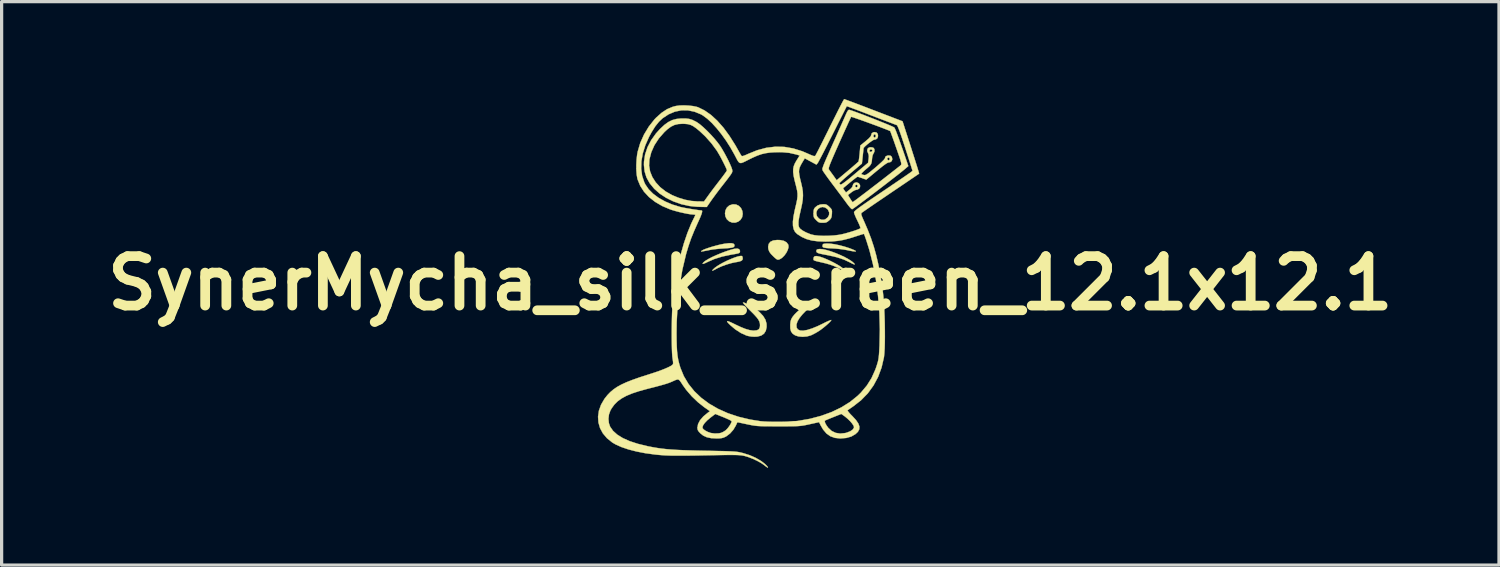
<source format=kicad_pcb>
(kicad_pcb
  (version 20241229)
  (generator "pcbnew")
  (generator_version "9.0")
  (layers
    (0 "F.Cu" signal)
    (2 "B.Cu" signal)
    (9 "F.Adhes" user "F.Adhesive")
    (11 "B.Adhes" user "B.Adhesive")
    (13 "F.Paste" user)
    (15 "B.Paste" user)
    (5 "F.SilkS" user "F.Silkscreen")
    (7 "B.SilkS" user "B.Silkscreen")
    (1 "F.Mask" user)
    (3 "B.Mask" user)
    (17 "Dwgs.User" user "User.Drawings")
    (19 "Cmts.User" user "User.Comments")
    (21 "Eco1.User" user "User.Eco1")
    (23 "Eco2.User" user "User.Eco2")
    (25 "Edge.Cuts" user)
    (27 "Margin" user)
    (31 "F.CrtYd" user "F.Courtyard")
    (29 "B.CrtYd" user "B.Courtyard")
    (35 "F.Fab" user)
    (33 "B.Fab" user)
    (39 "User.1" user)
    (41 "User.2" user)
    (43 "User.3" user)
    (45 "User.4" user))
  (footprint "SynerMycha_silk_screen_12.1x12.1"
    (layer "F.Cu")
    (at 20.073 5.678)
    (property "Reference" "SynerMycha_silk_screen_12.1x12.1" (at 0 0 0) (layer "F.SilkS") (effects (font (size 1.524 1.524) (thickness 0.3))))
    (attr through_hole)
    (fp_poly (pts (xy -0.441 -2.426) (xy -0.356 -2.386) (xy -0.288 -2.318) (xy -0.245 -2.226) (xy -0.233 -2.135) (xy -0.251 -2.035) (xy -0.301 -1.954) (xy -0.375 -1.896) (xy -0.464 -1.866) (xy -0.561 -1.869) (xy -0.652 -1.906) (xy -0.724 -1.972) (xy -0.767 -2.058) (xy -0.78 -2.153) (xy -0.764 -2.248) (xy -0.72 -2.332) (xy -0.647 -2.396) (xy -0.637 -2.401) (xy -0.537 -2.432) (xy -0.441 -2.426)) (stroke (width 0.01) (type solid)) (fill yes) (layer "F.SilkS"))
    (fp_poly (pts (xy 0.923 -1.329) (xy 1.036 -1.305) (xy 1.12 -1.257) (xy 1.17 -1.187) (xy 1.173 -1.18) (xy 1.178 -1.11) (xy 1.155 -1.026) (xy 1.11 -0.936) (xy 1.049 -0.852) (xy 0.978 -0.782) (xy 0.929 -0.75) (xy 0.883 -0.729) (xy 0.847 -0.724) (xy 0.81 -0.74) (xy 0.761 -0.779) (xy 0.717 -0.82) (xy 0.634 -0.904) (xy 0.583 -0.977) (xy 0.557 -1.05) (xy 0.55 -1.122) (xy 0.568 -1.211) (xy 0.619 -1.276) (xy 0.705 -1.317) (xy 0.825 -1.332) (xy 0.923 -1.329)) (stroke (width 0.01) (type solid)) (fill yes) (layer "F.SilkS"))
    (fp_poly (pts (xy -0.346 -1.05) (xy -0.319 -1.005) (xy -0.318 -0.985) (xy -0.319 -0.961) (xy -0.328 -0.943) (xy -0.35 -0.928) (xy -0.392 -0.915) (xy -0.462 -0.901) (xy -0.564 -0.884) (xy -0.603 -0.877) (xy -0.864 -0.822) (xy -1.104 -0.747) (xy -1.296 -0.664) (xy -1.388 -0.62) (xy -1.445 -0.598) (xy -1.469 -0.599) (xy -1.461 -0.621) (xy -1.439 -0.646) (xy -1.382 -0.691) (xy -1.293 -0.745) (xy -1.178 -0.805) (xy -1.046 -0.865) (xy -0.904 -0.924) (xy -0.761 -0.978) (xy -0.624 -1.024) (xy -0.5 -1.058) (xy -0.491 -1.06) (xy -0.404 -1.068) (xy -0.346 -1.05)) (stroke (width 0.01) (type solid)) (fill yes) (layer "F.SilkS"))
    (fp_poly (pts (xy -0.261 -0.839) (xy -0.254 -0.836) (xy -0.239 -0.807) (xy -0.233 -0.762) (xy -0.241 -0.724) (xy -0.268 -0.695) (xy -0.321 -0.673) (xy -0.407 -0.654) (xy -0.466 -0.645) (xy -0.589 -0.618) (xy -0.731 -0.576) (xy -0.872 -0.525) (xy -0.996 -0.47) (xy -1.029 -0.453) (xy -1.112 -0.408) (xy -1.16 -0.388) (xy -1.174 -0.39) (xy -1.155 -0.417) (xy -1.102 -0.467) (xy -1.101 -0.468) (xy -1.03 -0.521) (xy -0.938 -0.579) (xy -0.83 -0.638) (xy -0.714 -0.695) (xy -0.597 -0.746) (xy -0.486 -0.79) (xy -0.388 -0.822) (xy -0.311 -0.839) (xy -0.261 -0.839)) (stroke (width 0.01) (type solid)) (fill yes) (layer "F.SilkS"))
    (fp_poly (pts (xy 2.468 -1.219) (xy 2.596 -1.201) (xy 2.743 -1.17) (xy 2.896 -1.13) (xy 3.046 -1.082) (xy 3.09 -1.066) (xy 3.186 -1.027) (xy 3.241 -1) (xy 3.256 -0.983) (xy 3.232 -0.978) (xy 3.169 -0.984) (xy 3.068 -1.001) (xy 2.985 -1.019) (xy 2.88 -1.037) (xy 2.754 -1.054) (xy 2.629 -1.067) (xy 2.582 -1.07) (xy 2.45 -1.077) (xy 2.355 -1.084) (xy 2.291 -1.093) (xy 2.251 -1.103) (xy 2.232 -1.118) (xy 2.225 -1.138) (xy 2.227 -1.16) (xy 2.233 -1.191) (xy 2.249 -1.209) (xy 2.286 -1.218) (xy 2.353 -1.223) (xy 2.368 -1.223) (xy 2.468 -1.219)) (stroke (width 0.01) (type solid)) (fill yes) (layer "F.SilkS"))
    (fp_poly (pts (xy -0.519 -1.219) (xy -0.491 -1.19) (xy -0.487 -1.165) (xy -0.492 -1.136) (xy -0.513 -1.114) (xy -0.555 -1.098) (xy -0.623 -1.087) (xy -0.723 -1.077) (xy -0.826 -1.071) (xy -0.945 -1.063) (xy -1.065 -1.051) (xy -1.171 -1.038) (xy -1.238 -1.026) (xy -1.325 -1.008) (xy -1.406 -0.993) (xy -1.46 -0.983) (xy -1.507 -0.977) (xy -1.518 -0.981) (xy -1.498 -1) (xy -1.497 -1.002) (xy -1.45 -1.028) (xy -1.372 -1.06) (xy -1.27 -1.095) (xy -1.155 -1.131) (xy -1.034 -1.164) (xy -0.917 -1.193) (xy -0.814 -1.213) (xy -0.794 -1.217) (xy -0.667 -1.232) (xy -0.577 -1.233) (xy -0.519 -1.219)) (stroke (width 0.01) (type solid)) (fill yes) (layer "F.SilkS"))
    (fp_poly (pts (xy 2.229 -1.048) (xy 2.345 -1.023) (xy 2.48 -0.983) (xy 2.625 -0.93) (xy 2.772 -0.869) (xy 2.912 -0.803) (xy 3.036 -0.734) (xy 3.136 -0.668) (xy 3.164 -0.645) (xy 3.21 -0.601) (xy 3.221 -0.58) (xy 3.198 -0.58) (xy 3.144 -0.602) (xy 3.06 -0.646) (xy 3.059 -0.647) (xy 2.88 -0.73) (xy 2.666 -0.8) (xy 2.415 -0.858) (xy 2.358 -0.869) (xy 2.232 -0.893) (xy 2.143 -0.912) (xy 2.084 -0.931) (xy 2.051 -0.95) (xy 2.036 -0.973) (xy 2.036 -1.002) (xy 2.036 -1.002) (xy 2.047 -1.031) (xy 2.077 -1.046) (xy 2.137 -1.054) (xy 2.14 -1.054) (xy 2.229 -1.048)) (stroke (width 0.01) (type solid)) (fill yes) (layer "F.SilkS"))
    (fp_poly (pts (xy 2.142 -0.817) (xy 2.144 -0.817) (xy 2.237 -0.786) (xy 2.343 -0.743) (xy 2.456 -0.692) (xy 2.567 -0.637) (xy 2.671 -0.58) (xy 2.761 -0.526) (xy 2.83 -0.478) (xy 2.87 -0.44) (xy 2.879 -0.423) (xy 2.876 -0.41) (xy 2.863 -0.406) (xy 2.834 -0.415) (xy 2.782 -0.438) (xy 2.699 -0.477) (xy 2.678 -0.488) (xy 2.575 -0.531) (xy 2.452 -0.575) (xy 2.334 -0.609) (xy 2.307 -0.616) (xy 2.177 -0.646) (xy 2.083 -0.668) (xy 2.019 -0.684) (xy 1.979 -0.698) (xy 1.957 -0.709) (xy 1.949 -0.721) (xy 1.947 -0.737) (xy 1.947 -0.75) (xy 1.957 -0.804) (xy 1.99 -0.833) (xy 2.05 -0.836) (xy 2.142 -0.817)) (stroke (width 0.01) (type solid)) (fill yes) (layer "F.SilkS"))
    (fp_poly (pts (xy -0.173 0.605) (xy -0.099 0.637) (xy -0.01 0.685) (xy 0.085 0.743) (xy 0.177 0.805) (xy 0.256 0.866) (xy 0.287 0.893) (xy 0.397 1.012) (xy 0.468 1.129) (xy 0.501 1.249) (xy 0.503 1.349) (xy 0.478 1.467) (xy 0.422 1.555) (xy 0.336 1.614) (xy 0.219 1.645) (xy 0.127 1.65) (xy 0.033 1.644) (xy -0.064 1.627) (xy -0.119 1.612) (xy -0.291 1.534) (xy -0.466 1.42) (xy -0.611 1.297) (xy -0.677 1.232) (xy -0.712 1.19) (xy -0.714 1.17) (xy -0.683 1.172) (xy -0.618 1.197) (xy -0.518 1.244) (xy -0.468 1.269) (xy -0.294 1.351) (xy -0.148 1.409) (xy -0.024 1.445) (xy 0.083 1.46) (xy 0.112 1.46) (xy 0.205 1.451) (xy 0.264 1.419) (xy 0.294 1.361) (xy 0.3 1.294) (xy 0.295 1.234) (xy 0.278 1.177) (xy 0.246 1.117) (xy 0.194 1.049) (xy 0.119 0.966) (xy 0.016 0.862) (xy -0.016 0.831) (xy -0.106 0.74) (xy -0.173 0.669) (xy -0.214 0.62) (xy -0.227 0.595) (xy -0.223 0.593) (xy -0.173 0.605)) (stroke (width 0.01) (type solid)) (fill yes) (layer "F.SilkS"))
    (fp_poly (pts (xy 2.319 -2.43) (xy 2.366 -2.412) (xy 2.415 -2.373) (xy 2.439 -2.349) (xy 2.486 -2.301) (xy 2.51 -2.263) (xy 2.518 -2.22) (xy 2.516 -2.154) (xy 2.515 -2.135) (xy 2.506 -2.058) (xy 2.491 -2.008) (xy 2.462 -1.967) (xy 2.428 -1.934) (xy 2.376 -1.892) (xy 2.33 -1.87) (xy 2.268 -1.863) (xy 2.231 -1.863) (xy 2.159 -1.865) (xy 2.11 -1.878) (xy 2.066 -1.91) (xy 2.03 -1.945) (xy 1.983 -1.995) (xy 1.958 -2.036) (xy 1.949 -2.087) (xy 1.947 -2.153) (xy 1.948 -2.158) (xy 2.034 -2.158) (xy 2.051 -2.077) (xy 2.062 -2.055) (xy 2.119 -1.99) (xy 2.194 -1.955) (xy 2.275 -1.957) (xy 2.314 -1.971) (xy 2.387 -2.028) (xy 2.427 -2.101) (xy 2.431 -2.181) (xy 2.397 -2.259) (xy 2.372 -2.288) (xy 2.3 -2.336) (xy 2.225 -2.349) (xy 2.153 -2.332) (xy 2.093 -2.291) (xy 2.05 -2.231) (xy 2.034 -2.158) (xy 1.948 -2.158) (xy 1.951 -2.232) (xy 1.963 -2.284) (xy 1.99 -2.326) (xy 1.999 -2.336) (xy 2.073 -2.395) (xy 2.161 -2.426) (xy 2.258 -2.434) (xy 2.319 -2.43)) (stroke (width 0.01) (type solid)) (fill yes) (layer "F.SilkS"))
    (fp_poly (pts (xy 1.986 0.584) (xy 1.959 0.618) (xy 1.91 0.667) (xy 1.882 0.692) (xy 1.725 0.838) (xy 1.603 0.965) (xy 1.513 1.077) (xy 1.455 1.175) (xy 1.426 1.263) (xy 1.423 1.281) (xy 1.428 1.367) (xy 1.465 1.425) (xy 1.532 1.457) (xy 1.629 1.463) (xy 1.755 1.441) (xy 1.907 1.393) (xy 2.087 1.318) (xy 2.231 1.249) (xy 2.324 1.202) (xy 2.404 1.166) (xy 2.463 1.142) (xy 2.493 1.133) (xy 2.495 1.134) (xy 2.488 1.155) (xy 2.453 1.195) (xy 2.398 1.248) (xy 2.328 1.31) (xy 2.251 1.373) (xy 2.173 1.433) (xy 2.114 1.473) (xy 2.029 1.525) (xy 1.939 1.573) (xy 1.865 1.608) (xy 1.865 1.608) (xy 1.744 1.641) (xy 1.613 1.652) (xy 1.488 1.641) (xy 1.384 1.608) (xy 1.306 1.556) (xy 1.256 1.488) (xy 1.233 1.397) (xy 1.231 1.279) (xy 1.239 1.19) (xy 1.256 1.125) (xy 1.287 1.064) (xy 1.309 1.031) (xy 1.364 0.963) (xy 1.437 0.889) (xy 1.499 0.834) (xy 1.568 0.785) (xy 1.653 0.731) (xy 1.745 0.678) (xy 1.835 0.631) (xy 1.912 0.594) (xy 1.969 0.574) (xy 1.985 0.572) (xy 1.986 0.584)) (stroke (width 0.01) (type solid)) (fill yes) (layer "F.SilkS"))
    (fp_poly (pts (xy -1.886 -5.064) (xy -1.786 -5.033) (xy -1.68 -4.981) (xy -1.64 -4.958) (xy -1.554 -4.897) (xy -1.451 -4.809) (xy -1.337 -4.702) (xy -1.221 -4.583) (xy -1.109 -4.459) (xy -1.009 -4.338) (xy -0.934 -4.237) (xy -0.873 -4.142) (xy -0.808 -4.029) (xy -0.742 -3.907) (xy -0.679 -3.785) (xy -0.626 -3.672) (xy -0.584 -3.575) (xy -0.56 -3.504) (xy -0.558 -3.494) (xy -0.554 -3.468) (xy -0.554 -3.444) (xy -0.562 -3.416) (xy -0.581 -3.38) (xy -0.613 -3.332) (xy -0.661 -3.266) (xy -0.729 -3.177) (xy -0.819 -3.061) (xy -0.849 -3.023) (xy -0.937 -2.909) (xy -1.027 -2.791) (xy -1.111 -2.677) (xy -1.181 -2.581) (xy -1.211 -2.538) (xy -1.342 -2.349) (xy -1.523 -2.352) (xy -1.638 -2.356) (xy -1.767 -2.367) (xy -1.882 -2.381) (xy -1.884 -2.382) (xy -2.129 -2.436) (xy -2.368 -2.52) (xy -2.591 -2.63) (xy -2.791 -2.761) (xy -2.959 -2.909) (xy -2.963 -2.914) (xy -3.101 -3.082) (xy -3.199 -3.258) (xy -3.257 -3.445) (xy -3.276 -3.623) (xy -3.119 -3.623) (xy -3.088 -3.443) (xy -3.019 -3.271) (xy -2.915 -3.109) (xy -2.778 -2.96) (xy -2.61 -2.828) (xy -2.413 -2.716) (xy -2.223 -2.637) (xy -2.015 -2.573) (xy -1.824 -2.536) (xy -1.633 -2.521) (xy -1.607 -2.521) (xy -1.426 -2.519) (xy -1.301 -2.693) (xy -1.244 -2.772) (xy -1.169 -2.873) (xy -1.083 -2.986) (xy -0.995 -3.101) (xy -0.948 -3.162) (xy -0.874 -3.258) (xy -0.81 -3.344) (xy -0.76 -3.413) (xy -0.729 -3.459) (xy -0.72 -3.476) (xy -0.729 -3.51) (xy -0.756 -3.572) (xy -0.796 -3.655) (xy -0.844 -3.751) (xy -0.896 -3.851) (xy -0.949 -3.948) (xy -0.999 -4.033) (xy -1.031 -4.085) (xy -1.197 -4.311) (xy -1.388 -4.525) (xy -1.561 -4.688) (xy -1.669 -4.777) (xy -1.758 -4.839) (xy -1.839 -4.879) (xy -1.921 -4.902) (xy -2.017 -4.911) (xy -2.086 -4.913) (xy -2.222 -4.905) (xy -2.338 -4.877) (xy -2.446 -4.824) (xy -2.555 -4.743) (xy -2.646 -4.659) (xy -2.818 -4.463) (xy -2.955 -4.253) (xy -3.052 -4.035) (xy -3.11 -3.81) (xy -3.11 -3.808) (xy -3.119 -3.623) (xy -3.276 -3.623) (xy -3.278 -3.648) (xy -3.276 -3.744) (xy -3.242 -3.968) (xy -3.168 -4.19) (xy -3.055 -4.408) (xy -2.906 -4.616) (xy -2.783 -4.752) (xy -2.651 -4.876) (xy -2.528 -4.966) (xy -2.405 -5.027) (xy -2.274 -5.062) (xy -2.129 -5.077) (xy -1.995 -5.077) (xy -1.886 -5.064)) (stroke (width 0.01) (type solid)) (fill yes) (layer "F.SilkS"))
    (fp_poly (pts (xy 3.058 -5.342) (xy 3.125 -5.32) (xy 3.219 -5.287) (xy 3.335 -5.244) (xy 3.467 -5.195) (xy 3.609 -5.14) (xy 3.755 -5.083) (xy 3.901 -5.026) (xy 4.04 -4.97) (xy 4.167 -4.919) (xy 4.276 -4.874) (xy 4.361 -4.837) (xy 4.417 -4.811) (xy 4.438 -4.799) (xy 4.456 -4.767) (xy 4.486 -4.697) (xy 4.527 -4.59) (xy 4.579 -4.45) (xy 4.641 -4.276) (xy 4.712 -4.073) (xy 4.766 -3.916) (xy 4.87 -3.609) (xy 4.79 -3.54) (xy 4.729 -3.489) (xy 4.642 -3.419) (xy 4.534 -3.333) (xy 4.407 -3.235) (xy 4.268 -3.127) (xy 4.12 -3.012) (xy 3.968 -2.896) (xy 3.816 -2.78) (xy 3.668 -2.668) (xy 3.53 -2.564) (xy 3.406 -2.471) (xy 3.299 -2.392) (xy 3.215 -2.331) (xy 3.157 -2.291) (xy 3.141 -2.28) (xy 3.119 -2.29) (xy 3.077 -2.331) (xy 3.022 -2.397) (xy 2.982 -2.45) (xy 2.928 -2.524) (xy 2.854 -2.623) (xy 2.768 -2.739) (xy 2.674 -2.864) (xy 2.58 -2.99) (xy 2.557 -3.02) (xy 2.471 -3.135) (xy 2.393 -3.241) (xy 2.326 -3.334) (xy 2.274 -3.408) (xy 2.242 -3.456) (xy 2.235 -3.468) (xy 2.227 -3.485) (xy 2.223 -3.503) (xy 2.224 -3.525) (xy 2.415 -3.525) (xy 2.419 -3.511) (xy 2.443 -3.478) (xy 2.484 -3.421) (xy 2.535 -3.351) (xy 2.554 -3.325) (xy 2.662 -3.173) (xy 2.992 -3.45) (xy 3.093 -3.535) (xy 3.182 -3.612) (xy 3.256 -3.676) (xy 3.308 -3.723) (xy 3.334 -3.747) (xy 3.336 -3.749) (xy 3.343 -3.778) (xy 3.352 -3.84) (xy 3.362 -3.925) (xy 3.371 -4.008) (xy 3.392 -4.244) (xy 3.559 -4.38) (xy 3.651 -4.46) (xy 3.706 -4.52) (xy 3.717 -4.543) (xy 3.794 -4.543) (xy 3.803 -4.506) (xy 3.83 -4.487) (xy 3.831 -4.487) (xy 3.857 -4.504) (xy 3.866 -4.521) (xy 3.867 -4.56) (xy 3.846 -4.585) (xy 3.816 -4.584) (xy 3.807 -4.578) (xy 3.794 -4.543) (xy 3.717 -4.543) (xy 3.725 -4.56) (xy 3.725 -4.561) (xy 3.743 -4.62) (xy 3.791 -4.652) (xy 3.831 -4.657) (xy 3.894 -4.643) (xy 3.928 -4.599) (xy 3.937 -4.537) (xy 3.92 -4.471) (xy 3.872 -4.433) (xy 3.819 -4.424) (xy 3.787 -4.411) (xy 3.735 -4.377) (xy 3.671 -4.331) (xy 3.605 -4.278) (xy 3.547 -4.227) (xy 3.506 -4.186) (xy 3.491 -4.162) (xy 3.488 -4.132) (xy 3.481 -4.07) (xy 3.472 -3.985) (xy 3.464 -3.912) (xy 3.44 -3.686) (xy 3.091 -3.393) (xy 2.989 -3.306) (xy 2.898 -3.227) (xy 2.825 -3.161) (xy 2.773 -3.112) (xy 2.747 -3.084) (xy 2.745 -3.08) (xy 2.762 -3.053) (xy 2.777 -3.04) (xy 2.795 -3.041) (xy 2.829 -3.058) (xy 2.882 -3.094) (xy 2.957 -3.15) (xy 3.056 -3.23) (xy 3.183 -3.336) (xy 3.219 -3.366) (xy 3.63 -3.711) (xy 3.646 -3.829) (xy 3.653 -3.911) (xy 3.645 -3.97) (xy 3.626 -4.015) (xy 3.609 -4.07) (xy 3.673 -4.07) (xy 3.676 -4.059) (xy 3.704 -4.046) (xy 3.741 -4.056) (xy 3.762 -4.08) (xy 3.756 -4.108) (xy 3.726 -4.122) (xy 3.693 -4.116) (xy 3.682 -4.105) (xy 3.673 -4.07) (xy 3.609 -4.07) (xy 3.603 -4.088) (xy 3.615 -4.146) (xy 3.658 -4.182) (xy 3.71 -4.191) (xy 3.766 -4.184) (xy 3.805 -4.166) (xy 3.806 -4.166) (xy 3.828 -4.117) (xy 3.825 -4.055) (xy 3.798 -3.999) (xy 3.796 -3.997) (xy 3.774 -3.953) (xy 3.757 -3.884) (xy 3.753 -3.847) (xy 3.745 -3.761) (xy 3.732 -3.698) (xy 3.707 -3.649) (xy 3.665 -3.6) (xy 3.599 -3.542) (xy 3.565 -3.514) (xy 3.499 -3.456) (xy 3.45 -3.407) (xy 3.424 -3.374) (xy 3.423 -3.363) (xy 3.455 -3.347) (xy 3.504 -3.333) (xy 3.529 -3.332) (xy 3.558 -3.339) (xy 3.594 -3.358) (xy 3.644 -3.392) (xy 3.713 -3.446) (xy 3.806 -3.523) (xy 3.858 -3.566) (xy 3.961 -3.656) (xy 4.046 -3.733) (xy 4.108 -3.794) (xy 4.127 -3.817) (xy 4.22 -3.817) (xy 4.248 -3.792) (xy 4.266 -3.789) (xy 4.291 -3.806) (xy 4.297 -3.831) (xy 4.282 -3.865) (xy 4.25 -3.873) (xy 4.223 -3.852) (xy 4.22 -3.817) (xy 4.127 -3.817) (xy 4.142 -3.835) (xy 4.149 -3.849) (xy 4.166 -3.902) (xy 4.218 -3.931) (xy 4.27 -3.937) (xy 4.326 -3.928) (xy 4.358 -3.896) (xy 4.364 -3.884) (xy 4.377 -3.818) (xy 4.357 -3.763) (xy 4.311 -3.73) (xy 4.278 -3.725) (xy 4.248 -3.719) (xy 4.207 -3.698) (xy 4.149 -3.66) (xy 4.071 -3.601) (xy 3.968 -3.518) (xy 3.895 -3.459) (xy 3.574 -3.192) (xy 3.452 -3.236) (xy 3.383 -3.26) (xy 3.33 -3.276) (xy 3.307 -3.281) (xy 3.282 -3.268) (xy 3.233 -3.233) (xy 3.165 -3.18) (xy 3.086 -3.116) (xy 3.076 -3.108) (xy 2.997 -3.042) (xy 2.931 -2.987) (xy 2.884 -2.948) (xy 2.862 -2.93) (xy 2.861 -2.93) (xy 2.867 -2.911) (xy 2.893 -2.872) (xy 2.901 -2.86) (xy 2.949 -2.796) (xy 3.05 -2.874) (xy 3.107 -2.924) (xy 3.144 -2.969) (xy 3.153 -2.993) (xy 3.154 -2.996) (xy 3.228 -2.996) (xy 3.241 -2.971) (xy 3.27 -2.953) (xy 3.294 -2.966) (xy 3.312 -2.995) (xy 3.299 -3.019) (xy 3.271 -3.037) (xy 3.246 -3.024) (xy 3.228 -2.996) (xy 3.154 -2.996) (xy 3.172 -3.055) (xy 3.217 -3.095) (xy 3.276 -3.107) (xy 3.335 -3.086) (xy 3.348 -3.076) (xy 3.382 -3.023) (xy 3.382 -2.964) (xy 3.353 -2.914) (xy 3.3 -2.883) (xy 3.266 -2.879) (xy 3.22 -2.865) (xy 3.157 -2.831) (xy 3.112 -2.798) (xy 3.01 -2.718) (xy 3.077 -2.608) (xy 3.114 -2.55) (xy 3.143 -2.51) (xy 3.156 -2.498) (xy 3.175 -2.51) (xy 3.224 -2.546) (xy 3.3 -2.602) (xy 3.398 -2.677) (xy 3.516 -2.766) (xy 3.65 -2.868) (xy 3.796 -2.981) (xy 3.887 -3.05) (xy 4.04 -3.168) (xy 4.183 -3.279) (xy 4.314 -3.381) (xy 4.427 -3.469) (xy 4.52 -3.542) (xy 4.589 -3.596) (xy 4.63 -3.629) (xy 4.639 -3.637) (xy 4.649 -3.651) (xy 4.653 -3.669) (xy 4.652 -3.698) (xy 4.642 -3.742) (xy 4.624 -3.805) (xy 4.595 -3.894) (xy 4.554 -4.012) (xy 4.501 -4.165) (xy 4.496 -4.178) (xy 4.448 -4.316) (xy 4.404 -4.44) (xy 4.366 -4.544) (xy 4.337 -4.624) (xy 4.319 -4.673) (xy 4.313 -4.688) (xy 4.281 -4.703) (xy 4.217 -4.729) (xy 4.127 -4.764) (xy 4.017 -4.806) (xy 3.893 -4.853) (xy 3.761 -4.901) (xy 3.626 -4.951) (xy 3.496 -4.998) (xy 3.375 -5.041) (xy 3.27 -5.077) (xy 3.187 -5.106) (xy 3.131 -5.123) (xy 3.109 -5.128) (xy 3.109 -5.128) (xy 3.097 -5.106) (xy 3.07 -5.049) (xy 3.029 -4.962) (xy 2.978 -4.849) (xy 2.916 -4.713) (xy 2.847 -4.56) (xy 2.772 -4.394) (xy 2.743 -4.329) (xy 2.654 -4.129) (xy 2.582 -3.965) (xy 2.525 -3.832) (xy 2.481 -3.728) (xy 2.449 -3.648) (xy 2.429 -3.59) (xy 2.418 -3.55) (xy 2.415 -3.525) (xy 2.224 -3.525) (xy 2.224 -3.526) (xy 2.231 -3.559) (xy 2.246 -3.605) (xy 2.27 -3.668) (xy 2.305 -3.752) (xy 2.352 -3.861) (xy 2.413 -3.999) (xy 2.488 -4.17) (xy 2.532 -4.268) (xy 2.61 -4.441) (xy 2.685 -4.61) (xy 2.755 -4.768) (xy 2.818 -4.91) (xy 2.871 -5.029) (xy 2.912 -5.122) (xy 2.938 -5.181) (xy 2.976 -5.264) (xy 3.004 -5.315) (xy 3.026 -5.339) (xy 3.047 -5.344) (xy 3.058 -5.342)) (stroke (width 0.01) (type solid)) (fill yes) (layer "F.SilkS"))
    (fp_poly (pts (xy 2.916 -5.665) (xy 2.974 -5.644) (xy 3.064 -5.611) (xy 3.181 -5.567) (xy 3.321 -5.514) (xy 3.481 -5.454) (xy 3.655 -5.387) (xy 3.801 -5.331) (xy 4.692 -4.99) (xy 4.951 -4.186) (xy 5.007 -4.01) (xy 5.059 -3.848) (xy 5.105 -3.702) (xy 5.144 -3.578) (xy 5.174 -3.48) (xy 5.194 -3.413) (xy 5.203 -3.379) (xy 5.203 -3.377) (xy 5.185 -3.364) (xy 5.135 -3.33) (xy 5.056 -3.277) (xy 4.953 -3.207) (xy 4.828 -3.122) (xy 4.685 -3.025) (xy 4.527 -2.918) (xy 4.358 -2.804) (xy 4.329 -2.784) (xy 4.157 -2.667) (xy 3.995 -2.557) (xy 3.846 -2.456) (xy 3.715 -2.366) (xy 3.605 -2.29) (xy 3.518 -2.23) (xy 3.46 -2.189) (xy 3.432 -2.169) (xy 3.431 -2.168) (xy 3.42 -2.151) (xy 3.42 -2.124) (xy 3.432 -2.08) (xy 3.459 -2.013) (xy 3.502 -1.915) (xy 3.509 -1.901) (xy 3.622 -1.638) (xy 3.72 -1.384) (xy 3.805 -1.13) (xy 3.878 -0.869) (xy 3.943 -0.593) (xy 4 -0.296) (xy 4.053 0.031) (xy 4.088 0.286) (xy 4.104 0.433) (xy 4.118 0.608) (xy 4.129 0.802) (xy 4.138 1.01) (xy 4.144 1.224) (xy 4.147 1.438) (xy 4.148 1.645) (xy 4.146 1.838) (xy 4.141 2.011) (xy 4.132 2.157) (xy 4.121 2.268) (xy 4.118 2.287) (xy 4.046 2.598) (xy 3.939 2.887) (xy 3.797 3.152) (xy 3.622 3.393) (xy 3.412 3.608) (xy 3.175 3.793) (xy 3.103 3.843) (xy 3.043 3.884) (xy 3.005 3.911) (xy 2.998 3.917) (xy 3.005 3.937) (xy 3.037 3.98) (xy 3.089 4.039) (xy 3.15 4.101) (xy 3.259 4.22) (xy 3.33 4.325) (xy 3.363 4.418) (xy 3.358 4.502) (xy 3.316 4.58) (xy 3.242 4.65) (xy 3.113 4.725) (xy 2.959 4.769) (xy 2.776 4.784) (xy 2.772 4.784) (xy 2.609 4.767) (xy 2.468 4.717) (xy 2.347 4.631) (xy 2.243 4.508) (xy 2.174 4.39) (xy 2.119 4.282) (xy 1.827 4.346) (xy 1.745 4.364) (xy 1.675 4.378) (xy 1.61 4.389) (xy 1.546 4.397) (xy 1.474 4.403) (xy 1.389 4.407) (xy 1.285 4.409) (xy 1.156 4.41) (xy 0.994 4.41) (xy 0.868 4.41) (xy 0.682 4.41) (xy 0.532 4.409) (xy 0.411 4.408) (xy 0.314 4.405) (xy 0.233 4.401) (xy 0.163 4.394) (xy 0.098 4.385) (xy 0.03 4.373) (xy -0.046 4.358) (xy -0.099 4.347) (xy -0.398 4.283) (xy -0.448 4.391) (xy -0.524 4.518) (xy -0.624 4.631) (xy -0.737 4.717) (xy -0.766 4.733) (xy -0.828 4.76) (xy -0.892 4.776) (xy -0.972 4.783) (xy -1.043 4.784) (xy -1.208 4.775) (xy -1.342 4.746) (xy -1.451 4.696) (xy -1.54 4.625) (xy -1.593 4.567) (xy -1.621 4.52) (xy -1.63 4.469) (xy -1.63 4.454) (xy -1.628 4.445) (xy -1.475 4.445) (xy -1.472 4.464) (xy -1.442 4.503) (xy -1.384 4.545) (xy -1.308 4.584) (xy -1.226 4.613) (xy -1.217 4.616) (xy -1.093 4.632) (xy -0.965 4.626) (xy -0.904 4.613) (xy -0.837 4.584) (xy -0.767 4.54) (xy -0.75 4.526) (xy -0.698 4.472) (xy -0.648 4.406) (xy -0.606 4.34) (xy -0.58 4.284) (xy -0.576 4.251) (xy -0.598 4.234) (xy -0.651 4.206) (xy -0.729 4.171) (xy -0.822 4.131) (xy -0.831 4.128) (xy -1.078 4.029) (xy -1.222 4.138) (xy -1.327 4.226) (xy -1.407 4.31) (xy -1.457 4.384) (xy -1.475 4.445) (xy -1.628 4.445) (xy -1.609 4.34) (xy -1.548 4.223) (xy -1.447 4.106) (xy -1.308 3.991) (xy -1.304 3.988) (xy -1.243 3.944) (xy -1.421 3.82) (xy -1.615 3.666) (xy -1.803 3.486) (xy -1.971 3.292) (xy -2.075 3.147) (xy -2.132 3.059) (xy -2.173 3.002) (xy -2.208 2.972) (xy -2.245 2.966) (xy -2.296 2.981) (xy -2.369 3.013) (xy -2.413 3.033) (xy -2.468 3.056) (xy -2.529 3.079) (xy -2.602 3.103) (xy -2.694 3.13) (xy -2.809 3.162) (xy -2.952 3.2) (xy -3.13 3.245) (xy -3.176 3.257) (xy -3.427 3.326) (xy -3.64 3.396) (xy -3.818 3.47) (xy -3.966 3.551) (xy -4.089 3.64) (xy -4.189 3.74) (xy -4.272 3.854) (xy -4.313 3.926) (xy -4.356 4.047) (xy -4.371 4.18) (xy -4.358 4.312) (xy -4.321 4.42) (xy -4.23 4.55) (xy -4.1 4.667) (xy -3.929 4.773) (xy -3.717 4.868) (xy -3.465 4.95) (xy -3.173 5.021) (xy -3.143 5.028) (xy -3.006 5.054) (xy -2.873 5.077) (xy -2.74 5.096) (xy -2.6 5.112) (xy -2.449 5.125) (xy -2.281 5.136) (xy -2.092 5.145) (xy -1.875 5.152) (xy -1.626 5.159) (xy -1.376 5.164) (xy -1.151 5.168) (xy -0.964 5.172) (xy -0.81 5.175) (xy -0.684 5.179) (xy -0.584 5.183) (xy -0.502 5.188) (xy -0.436 5.194) (xy -0.381 5.201) (xy -0.331 5.21) (xy -0.284 5.221) (xy -0.233 5.233) (xy -0.222 5.236) (xy -0.017 5.301) (xy 0.174 5.386) (xy 0.34 5.484) (xy 0.445 5.565) (xy 0.506 5.624) (xy 0.539 5.664) (xy 0.544 5.683) (xy 0.522 5.676) (xy 0.472 5.642) (xy 0.442 5.617) (xy 0.346 5.549) (xy 0.222 5.479) (xy 0.084 5.414) (xy -0.055 5.36) (xy -0.182 5.322) (xy -0.187 5.321) (xy -0.23 5.312) (xy -0.276 5.305) (xy -0.327 5.3) (xy -0.39 5.296) (xy -0.469 5.294) (xy -0.567 5.293) (xy -0.69 5.293) (xy -0.841 5.295) (xy -1.026 5.298) (xy -1.249 5.302) (xy -1.525 5.307) (xy -1.764 5.311) (xy -1.969 5.313) (xy -2.145 5.314) (xy -2.296 5.314) (xy -2.427 5.313) (xy -2.542 5.309) (xy -2.645 5.305) (xy -2.742 5.298) (xy -2.836 5.29) (xy -2.932 5.28) (xy -2.942 5.279) (xy -3.235 5.239) (xy -3.507 5.186) (xy -3.753 5.123) (xy -3.969 5.05) (xy -4.15 4.969) (xy -4.254 4.908) (xy -4.416 4.777) (xy -4.542 4.629) (xy -4.63 4.466) (xy -4.68 4.293) (xy -4.692 4.113) (xy -4.666 3.93) (xy -4.6 3.746) (xy -4.496 3.566) (xy -4.401 3.446) (xy -4.314 3.356) (xy -4.217 3.274) (xy -4.105 3.197) (xy -3.975 3.125) (xy -3.821 3.054) (xy -3.638 2.982) (xy -3.424 2.906) (xy -3.172 2.825) (xy -3.165 2.823) (xy -2.964 2.758) (xy -2.787 2.697) (xy -2.638 2.639) (xy -2.52 2.587) (xy -2.436 2.543) (xy -2.391 2.507) (xy -2.379 2.478) (xy -2.38 2.427) (xy -2.391 2.345) (xy -2.395 2.324) (xy -2.404 2.252) (xy -2.411 2.145) (xy -2.416 2.009) (xy -2.419 1.849) (xy -2.421 1.673) (xy -2.421 1.486) (xy -2.419 1.296) (xy -2.416 1.109) (xy -2.411 0.931) (xy -2.404 0.768) (xy -2.396 0.627) (xy -2.393 0.593) (xy -2.354 0.214) (xy -2.298 -0.165) (xy -2.226 -0.537) (xy -2.141 -0.897) (xy -2.044 -1.238) (xy -1.936 -1.554) (xy -1.82 -1.837) (xy -1.759 -1.964) (xy -1.726 -2.03) (xy -1.703 -2.081) (xy -1.693 -2.105) (xy -1.693 -2.105) (xy -1.712 -2.113) (xy -1.756 -2.117) (xy -1.831 -2.123) (xy -1.935 -2.139) (xy -2.058 -2.164) (xy -2.189 -2.194) (xy -2.317 -2.228) (xy -2.431 -2.262) (xy -2.471 -2.276) (xy -2.717 -2.38) (xy -2.935 -2.508) (xy -3.122 -2.655) (xy -3.275 -2.82) (xy -3.392 -3.001) (xy -3.472 -3.195) (xy -3.481 -3.229) (xy -3.501 -3.343) (xy -3.512 -3.485) (xy -3.512 -3.529) (xy -3.363 -3.529) (xy -3.334 -3.312) (xy -3.268 -3.112) (xy -3.235 -3.044) (xy -3.134 -2.897) (xy -2.996 -2.758) (xy -2.825 -2.631) (xy -2.625 -2.519) (xy -2.402 -2.424) (xy -2.166 -2.352) (xy -2.095 -2.336) (xy -1.999 -2.317) (xy -1.889 -2.298) (xy -1.775 -2.279) (xy -1.668 -2.263) (xy -1.578 -2.25) (xy -1.516 -2.244) (xy -1.502 -2.244) (xy -1.485 -2.232) (xy -1.485 -2.197) (xy -1.502 -2.134) (xy -1.538 -2.041) (xy -1.594 -1.915) (xy -1.617 -1.866) (xy -1.73 -1.612) (xy -1.825 -1.378) (xy -1.904 -1.149) (xy -1.975 -0.912) (xy -1.98 -0.894) (xy -2.094 -0.415) (xy -2.18 0.092) (xy -2.237 0.629) (xy -2.268 1.196) (xy -2.273 1.535) (xy -2.271 1.755) (xy -2.266 1.941) (xy -2.257 2.099) (xy -2.242 2.237) (xy -2.221 2.362) (xy -2.192 2.48) (xy -2.156 2.601) (xy -2.156 2.603) (xy -2.049 2.863) (xy -1.905 3.105) (xy -1.726 3.328) (xy -1.513 3.531) (xy -1.269 3.712) (xy -0.994 3.871) (xy -0.69 4.007) (xy -0.36 4.117) (xy -0.005 4.202) (xy 0.307 4.252) (xy 0.425 4.262) (xy 0.574 4.269) (xy 0.743 4.272) (xy 0.921 4.272) (xy 1.098 4.268) (xy 1.129 4.267) (xy 2.294 4.267) (xy 2.313 4.319) (xy 2.35 4.384) (xy 2.399 4.452) (xy 2.403 4.457) (xy 2.507 4.553) (xy 2.63 4.612) (xy 2.771 4.634) (xy 2.925 4.618) (xy 2.978 4.604) (xy 3.084 4.562) (xy 3.157 4.511) (xy 3.193 4.454) (xy 3.196 4.432) (xy 3.18 4.386) (xy 3.138 4.323) (xy 3.075 4.25) (xy 2.999 4.176) (xy 2.917 4.108) (xy 2.896 4.093) (xy 2.805 4.028) (xy 2.555 4.128) (xy 2.46 4.166) (xy 2.38 4.199) (xy 2.323 4.224) (xy 2.296 4.237) (xy 2.296 4.238) (xy 2.294 4.267) (xy 1.129 4.267) (xy 1.262 4.261) (xy 1.402 4.251) (xy 1.465 4.244) (xy 1.835 4.18) (xy 2.183 4.088) (xy 2.508 3.97) (xy 2.805 3.827) (xy 3.072 3.661) (xy 3.306 3.472) (xy 3.41 3.371) (xy 3.592 3.154) (xy 3.737 2.923) (xy 3.851 2.669) (xy 3.883 2.581) (xy 3.91 2.496) (xy 3.931 2.425) (xy 3.946 2.359) (xy 3.957 2.288) (xy 3.966 2.203) (xy 3.973 2.096) (xy 3.98 1.957) (xy 3.982 1.93) (xy 3.993 1.417) (xy 3.978 0.9) (xy 3.936 0.388) (xy 3.87 -0.111) (xy 3.779 -0.589) (xy 3.68 -0.984) (xy 3.652 -1.079) (xy 3.62 -1.182) (xy 3.587 -1.286) (xy 3.556 -1.38) (xy 3.529 -1.456) (xy 3.509 -1.506) (xy 3.502 -1.52) (xy 3.482 -1.516) (xy 3.429 -1.501) (xy 3.351 -1.476) (xy 3.257 -1.446) (xy 3.246 -1.442) (xy 3.045 -1.379) (xy 2.868 -1.334) (xy 2.699 -1.305) (xy 2.526 -1.288) (xy 2.333 -1.283) (xy 2.307 -1.283) (xy 2.088 -1.291) (xy 1.9 -1.315) (xy 1.737 -1.359) (xy 1.591 -1.423) (xy 1.454 -1.51) (xy 1.442 -1.519) (xy 1.379 -1.582) (xy 1.337 -1.664) (xy 1.315 -1.769) (xy 1.314 -1.829) (xy 1.483 -1.829) (xy 1.492 -1.755) (xy 1.516 -1.702) (xy 1.532 -1.684) (xy 1.608 -1.625) (xy 1.716 -1.566) (xy 1.846 -1.513) (xy 1.884 -1.5) (xy 1.982 -1.479) (xy 2.112 -1.465) (xy 2.262 -1.459) (xy 2.421 -1.462) (xy 2.58 -1.472) (xy 2.728 -1.49) (xy 2.809 -1.505) (xy 2.907 -1.528) (xy 3.014 -1.558) (xy 3.123 -1.59) (xy 3.225 -1.623) (xy 3.31 -1.654) (xy 3.37 -1.679) (xy 3.394 -1.693) (xy 3.392 -1.717) (xy 3.373 -1.771) (xy 3.341 -1.845) (xy 3.304 -1.923) (xy 3.26 -2.014) (xy 3.225 -2.095) (xy 3.203 -2.156) (xy 3.197 -2.185) (xy 3.203 -2.2) (xy 3.221 -2.222) (xy 3.255 -2.253) (xy 3.307 -2.294) (xy 3.38 -2.348) (xy 3.476 -2.416) (xy 3.597 -2.5) (xy 3.748 -2.604) (xy 3.93 -2.727) (xy 4.045 -2.805) (xy 4.216 -2.92) (xy 4.377 -3.03) (xy 4.526 -3.131) (xy 4.658 -3.22) (xy 4.77 -3.297) (xy 4.857 -3.357) (xy 4.917 -3.399) (xy 4.946 -3.419) (xy 4.946 -3.419) (xy 5 -3.463) (xy 4.944 -3.642) (xy 4.857 -3.916) (xy 4.781 -4.152) (xy 4.716 -4.35) (xy 4.661 -4.514) (xy 4.616 -4.645) (xy 4.579 -4.744) (xy 4.55 -4.814) (xy 4.529 -4.857) (xy 4.514 -4.874) (xy 4.513 -4.874) (xy 4.486 -4.884) (xy 4.423 -4.907) (xy 4.331 -4.942) (xy 4.212 -4.987) (xy 4.072 -5.04) (xy 3.916 -5.1) (xy 3.747 -5.164) (xy 3.727 -5.172) (xy 3.559 -5.237) (xy 3.404 -5.296) (xy 3.266 -5.348) (xy 3.149 -5.391) (xy 3.059 -5.425) (xy 2.999 -5.447) (xy 2.973 -5.455) (xy 2.973 -5.455) (xy 2.963 -5.436) (xy 2.936 -5.383) (xy 2.893 -5.299) (xy 2.838 -5.189) (xy 2.771 -5.056) (xy 2.695 -4.905) (xy 2.612 -4.739) (xy 2.542 -4.6) (xy 2.452 -4.422) (xy 2.368 -4.255) (xy 2.29 -4.103) (xy 2.221 -3.969) (xy 2.162 -3.857) (xy 2.117 -3.773) (xy 2.088 -3.719) (xy 2.077 -3.702) (xy 2.038 -3.655) (xy 1.859 -3.752) (xy 1.679 -3.849) (xy 1.607 -3.731) (xy 1.558 -3.646) (xy 1.524 -3.574) (xy 1.505 -3.505) (xy 1.5 -3.431) (xy 1.51 -3.343) (xy 1.532 -3.231) (xy 1.567 -3.09) (xy 1.599 -2.949) (xy 1.619 -2.824) (xy 1.624 -2.705) (xy 1.617 -2.581) (xy 1.595 -2.441) (xy 1.559 -2.275) (xy 1.547 -2.223) (xy 1.51 -2.058) (xy 1.489 -1.929) (xy 1.483 -1.829) (xy 1.314 -1.829) (xy 1.313 -1.899) (xy 1.332 -2.058) (xy 1.37 -2.251) (xy 1.386 -2.319) (xy 1.421 -2.466) (xy 1.444 -2.582) (xy 1.455 -2.678) (xy 1.455 -2.763) (xy 1.444 -2.85) (xy 1.423 -2.946) (xy 1.407 -3.009) (xy 1.364 -3.177) (xy 1.335 -3.313) (xy 1.321 -3.424) (xy 1.322 -3.518) (xy 1.338 -3.602) (xy 1.37 -3.684) (xy 1.418 -3.771) (xy 1.439 -3.804) (xy 1.522 -3.936) (xy 1.412 -3.969) (xy 1.2 -4.017) (xy 0.971 -4.038) (xy 0.762 -4.036) (xy 0.606 -4.026) (xy 0.473 -4.007) (xy 0.348 -3.978) (xy 0.221 -3.934) (xy 0.08 -3.872) (xy -0.037 -3.815) (xy -0.147 -3.759) (xy -0.227 -3.721) (xy -0.284 -3.703) (xy -0.327 -3.708) (xy -0.364 -3.739) (xy -0.402 -3.798) (xy -0.449 -3.889) (xy -0.491 -3.969) (xy -0.615 -4.188) (xy -0.75 -4.399) (xy -0.893 -4.598) (xy -1.039 -4.779) (xy -1.184 -4.938) (xy -1.325 -5.069) (xy -1.457 -5.167) (xy -1.515 -5.202) (xy -1.717 -5.285) (xy -1.921 -5.327) (xy -2.124 -5.328) (xy -2.324 -5.287) (xy -2.518 -5.205) (xy -2.702 -5.084) (xy -2.816 -4.976) (xy -2.928 -4.836) (xy -3.04 -4.659) (xy -3.119 -4.513) (xy -3.234 -4.255) (xy -3.313 -4.004) (xy -3.356 -3.761) (xy -3.363 -3.529) (xy -3.512 -3.529) (xy -3.513 -3.643) (xy -3.505 -3.805) (xy -3.488 -3.957) (xy -3.471 -4.051) (xy -3.392 -4.32) (xy -3.275 -4.582) (xy -3.127 -4.827) (xy -2.953 -5.048) (xy -2.9 -5.103) (xy -2.733 -5.252) (xy -2.565 -5.363) (xy -2.391 -5.436) (xy -2.292 -5.462) (xy -2.178 -5.477) (xy -2.043 -5.481) (xy -1.9 -5.474) (xy -1.764 -5.459) (xy -1.65 -5.435) (xy -1.606 -5.421) (xy -1.409 -5.324) (xy -1.213 -5.187) (xy -1.019 -5.009) (xy -0.827 -4.792) (xy -0.64 -4.537) (xy -0.456 -4.245) (xy -0.402 -4.149) (xy -0.354 -4.064) (xy -0.313 -3.992) (xy -0.283 -3.942) (xy -0.271 -3.923) (xy -0.249 -3.916) (xy -0.203 -3.927) (xy -0.127 -3.957) (xy -0.078 -3.98) (xy 0.211 -4.097) (xy 0.494 -4.173) (xy 0.772 -4.207) (xy 1.048 -4.201) (xy 1.325 -4.153) (xy 1.605 -4.065) (xy 1.75 -4.003) (xy 1.848 -3.959) (xy 1.915 -3.932) (xy 1.958 -3.919) (xy 1.984 -3.918) (xy 2.001 -3.928) (xy 2.007 -3.934) (xy 2.022 -3.96) (xy 2.053 -4.019) (xy 2.1 -4.109) (xy 2.158 -4.225) (xy 2.228 -4.363) (xy 2.305 -4.518) (xy 2.39 -4.688) (xy 2.455 -4.821) (xy 2.543 -4.997) (xy 2.625 -5.16) (xy 2.699 -5.308) (xy 2.764 -5.435) (xy 2.818 -5.54) (xy 2.859 -5.616) (xy 2.885 -5.661) (xy 2.893 -5.673) (xy 2.916 -5.665)) (stroke (width 0.01) (type solid)) (fill yes) (layer "F.SilkS")))
  (gr_rect
    (start -3 -3)
    (end 43.147 14.365)
    (stroke (width 0.1) (type default))
    (fill no)
    (layer "Edge.Cuts")))
</source>
